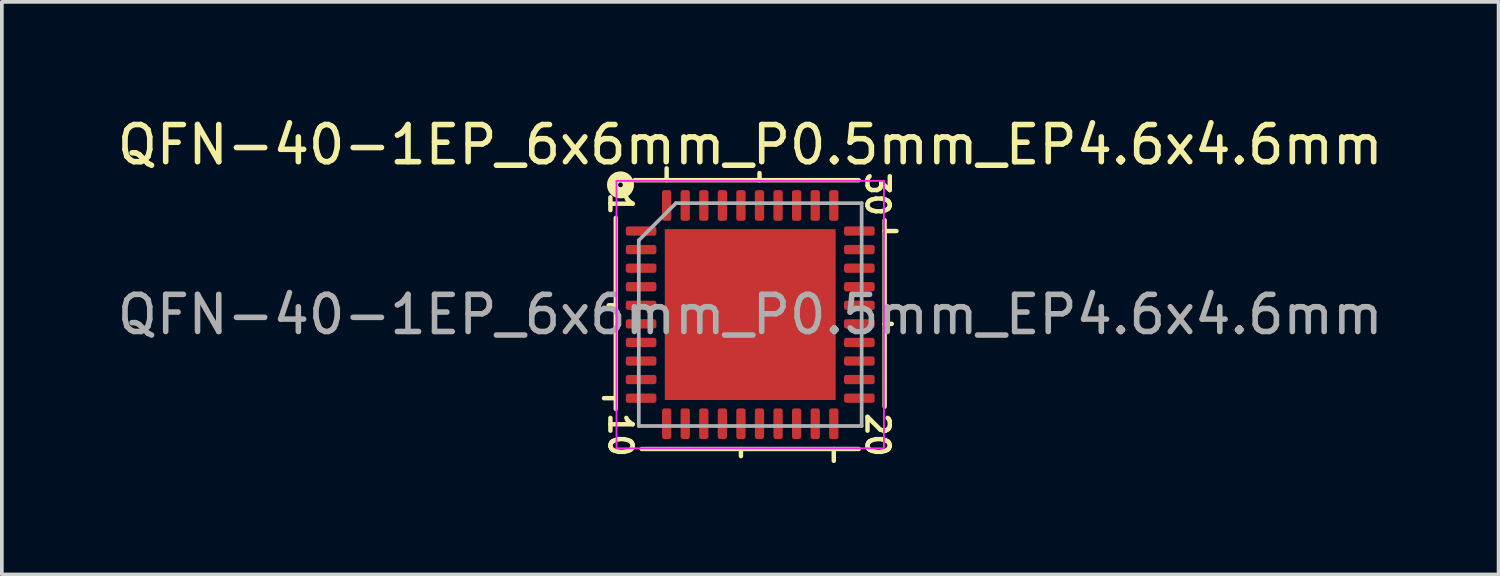
<source format=kicad_pcb>
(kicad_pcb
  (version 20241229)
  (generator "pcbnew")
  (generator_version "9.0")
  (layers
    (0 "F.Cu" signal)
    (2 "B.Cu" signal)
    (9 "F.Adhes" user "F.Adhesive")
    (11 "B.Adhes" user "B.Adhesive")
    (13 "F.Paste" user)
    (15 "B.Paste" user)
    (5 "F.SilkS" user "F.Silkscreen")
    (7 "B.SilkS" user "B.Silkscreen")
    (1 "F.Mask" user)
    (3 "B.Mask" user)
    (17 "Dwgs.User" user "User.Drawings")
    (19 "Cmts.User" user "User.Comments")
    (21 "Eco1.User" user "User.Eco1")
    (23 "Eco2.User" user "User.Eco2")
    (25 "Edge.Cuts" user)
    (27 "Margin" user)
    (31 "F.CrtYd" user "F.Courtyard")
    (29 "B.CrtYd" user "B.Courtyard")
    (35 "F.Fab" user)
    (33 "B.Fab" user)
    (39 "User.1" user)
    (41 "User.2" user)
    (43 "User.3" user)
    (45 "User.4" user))
  (footprint "QFN-40-1EP_6x6mm_P0.5mm_EP4.6x4.6mm"
    (layer "F.Cu")
    (at 17.149 5.42)
    (property "Reference" "QFN-40-1EP_6x6mm_P0.5mm_EP4.6x4.6mm" (at 0 -4.572 0) (layer "F.SilkS") (effects (font (size 1 1) (thickness 0.15))))
    (attr smd)
    (fp_line (start -3.937 2.25) (end -3.619 2.25) (stroke (width 0.12) (type solid)) (layer "F.SilkS"))
    (fp_line (start -3.619 -2.603) (end -3.619 2.54) (stroke (width 0.12) (type solid)) (layer "F.SilkS"))
    (fp_line (start -3.619 -0.25) (end -3.81 -0.25) (stroke (width 0.12) (type solid)) (layer "F.SilkS"))
    (fp_line (start -2.921 3.619) (end 2.921 3.619) (stroke (width 0.12) (type solid)) (layer "F.SilkS"))
    (fp_line (start -2.25 -3.619) (end -2.25 -3.937) (stroke (width 0.12) (type solid)) (layer "F.SilkS"))
    (fp_line (start -0.25 3.619) (end -0.25 3.81) (stroke (width 0.12) (type solid)) (layer "F.SilkS"))
    (fp_line (start 0.25 -3.619) (end 0.25 -3.81) (stroke (width 0.12) (type solid)) (layer "F.SilkS"))
    (fp_line (start 2.25 3.619) (end 2.25 3.937) (stroke (width 0.12) (type solid)) (layer "F.SilkS"))
    (fp_line (start 2.921 -3.619) (end -3.111 -3.619) (stroke (width 0.12) (type solid)) (layer "F.SilkS"))
    (fp_line (start 3.619 -2.25) (end 3.937 -2.25) (stroke (width 0.12) (type solid)) (layer "F.SilkS"))
    (fp_line (start 3.619 0.25) (end 3.81 0.25) (stroke (width 0.12) (type solid)) (layer "F.SilkS"))
    (fp_line (start 3.619 2.477) (end 3.619 -2.54) (stroke (width 0.12) (type solid)) (layer "F.SilkS"))
    (fp_circle (center -3.493 -3.493) (end -3.429 -3.493) (stroke (width 0.3) (type solid)) (fill no) (layer "F.SilkS"))
    (fp_line (start -3.6 -3.6) (end -3.6 3.6) (stroke (width 0.05) (type solid)) (layer "F.CrtYd"))
    (fp_line (start -3.6 3.6) (end 3.6 3.6) (stroke (width 0.05) (type solid)) (layer "F.CrtYd"))
    (fp_line (start 3.6 -3.6) (end -3.6 -3.6) (stroke (width 0.05) (type solid)) (layer "F.CrtYd"))
    (fp_line (start 3.6 3.6) (end 3.6 -3.6) (stroke (width 0.05) (type solid)) (layer "F.CrtYd"))
    (fp_line (start -3 -2) (end -2 -3) (stroke (width 0.1) (type solid)) (layer "F.Fab"))
    (fp_line (start -3 3) (end -3 -2) (stroke (width 0.1) (type solid)) (layer "F.Fab"))
    (fp_line (start -2 -3) (end 3 -3) (stroke (width 0.1) (type solid)) (layer "F.Fab"))
    (fp_line (start 3 -3) (end 3 3) (stroke (width 0.1) (type solid)) (layer "F.Fab"))
    (fp_line (start 3 3) (end -3 3) (stroke (width 0.1) (type solid)) (layer "F.Fab"))
    (fp_text user "10" (at -3.493 3.239 270) (unlocked yes) (layer "F.SilkS") (effects (font (size 0.6 0.6) (thickness 0.12))))
    (fp_text user "1" (at -3.493 -2.985 270) (unlocked yes) (layer "F.SilkS") (effects (font (size 0.6 0.6) (thickness 0.12))))
    (fp_text user "30" (at 3.429 -3.239 270) (unlocked yes) (layer "F.SilkS") (effects (font (size 0.6 0.6) (thickness 0.12))))
    (fp_text user "20" (at 3.429 3.239 270) (unlocked yes) (layer "F.SilkS") (effects (font (size 0.6 0.6) (thickness 0.12))))
    (fp_text user "${REFERENCE}" (at 0 0 0) (layer "F.Fab") (effects (font (size 1 1) (thickness 0.15))))
    (pad "" smd roundrect (at -1.725 -1.725) (size 0.93 0.93) (layers "F.Paste") (roundrect_rratio 0.25))
    (pad "" smd roundrect (at -1.725 -0.575) (size 0.93 0.93) (layers "F.Paste") (roundrect_rratio 0.25))
    (pad "" smd roundrect (at -1.725 0.575) (size 0.93 0.93) (layers "F.Paste") (roundrect_rratio 0.25))
    (pad "" smd roundrect (at -1.725 1.725) (size 0.93 0.93) (layers "F.Paste") (roundrect_rratio 0.25))
    (pad "" smd roundrect (at -0.575 -1.725) (size 0.93 0.93) (layers "F.Paste") (roundrect_rratio 0.25))
    (pad "" smd roundrect (at -0.575 -0.575) (size 0.93 0.93) (layers "F.Paste") (roundrect_rratio 0.25))
    (pad "" smd roundrect (at -0.575 0.575) (size 0.93 0.93) (layers "F.Paste") (roundrect_rratio 0.25))
    (pad "" smd roundrect (at -0.575 1.725) (size 0.93 0.93) (layers "F.Paste") (roundrect_rratio 0.25))
    (pad "" smd roundrect (at 0.575 -1.725) (size 0.93 0.93) (layers "F.Paste") (roundrect_rratio 0.25))
    (pad "" smd roundrect (at 0.575 -0.575) (size 0.93 0.93) (layers "F.Paste") (roundrect_rratio 0.25))
    (pad "" smd roundrect (at 0.575 0.575) (size 0.93 0.93) (layers "F.Paste") (roundrect_rratio 0.25))
    (pad "" smd roundrect (at 0.575 1.725) (size 0.93 0.93) (layers "F.Paste") (roundrect_rratio 0.25))
    (pad "" smd roundrect (at 1.725 -1.725) (size 0.93 0.93) (layers "F.Paste") (roundrect_rratio 0.25))
    (pad "" smd roundrect (at 1.725 -0.575) (size 0.93 0.93) (layers "F.Paste") (roundrect_rratio 0.25))
    (pad "" smd roundrect (at 1.725 0.575) (size 0.93 0.93) (layers "F.Paste") (roundrect_rratio 0.25))
    (pad "" smd roundrect (at 1.725 1.725) (size 0.93 0.93) (layers "F.Paste") (roundrect_rratio 0.25))
    (pad "1" smd roundrect (at -2.938 -2.25) (size 0.825 0.25) (layers "F.Cu" "F.Mask" "F.Paste") (roundrect_rratio 0.25))
    (pad "2" smd roundrect (at -2.938 -1.75) (size 0.825 0.25) (layers "F.Cu" "F.Mask" "F.Paste") (roundrect_rratio 0.25))
    (pad "3" smd roundrect (at -2.938 -1.25) (size 0.825 0.25) (layers "F.Cu" "F.Mask" "F.Paste") (roundrect_rratio 0.25))
    (pad "4" smd roundrect (at -2.938 -0.75) (size 0.825 0.25) (layers "F.Cu" "F.Mask" "F.Paste") (roundrect_rratio 0.25))
    (pad "5" smd roundrect (at -2.938 -0.25) (size 0.825 0.25) (layers "F.Cu" "F.Mask" "F.Paste") (roundrect_rratio 0.25))
    (pad "6" smd roundrect (at -2.938 0.25) (size 0.825 0.25) (layers "F.Cu" "F.Mask" "F.Paste") (roundrect_rratio 0.25))
    (pad "7" smd roundrect (at -2.938 0.75) (size 0.825 0.25) (layers "F.Cu" "F.Mask" "F.Paste") (roundrect_rratio 0.25))
    (pad "8" smd roundrect (at -2.938 1.25) (size 0.825 0.25) (layers "F.Cu" "F.Mask" "F.Paste") (roundrect_rratio 0.25))
    (pad "9" smd roundrect (at -2.938 1.75) (size 0.825 0.25) (layers "F.Cu" "F.Mask" "F.Paste") (roundrect_rratio 0.25))
    (pad "10" smd roundrect (at -2.938 2.25) (size 0.825 0.25) (layers "F.Cu" "F.Mask" "F.Paste") (roundrect_rratio 0.25))
    (pad "11" smd roundrect (at -2.25 2.938) (size 0.25 0.825) (layers "F.Cu" "F.Mask" "F.Paste") (roundrect_rratio 0.25))
    (pad "12" smd roundrect (at -1.75 2.938) (size 0.25 0.825) (layers "F.Cu" "F.Mask" "F.Paste") (roundrect_rratio 0.25))
    (pad "13" smd roundrect (at -1.25 2.938) (size 0.25 0.825) (layers "F.Cu" "F.Mask" "F.Paste") (roundrect_rratio 0.25))
    (pad "14" smd roundrect (at -0.75 2.938) (size 0.25 0.825) (layers "F.Cu" "F.Mask" "F.Paste") (roundrect_rratio 0.25))
    (pad "15" smd roundrect (at -0.25 2.938) (size 0.25 0.825) (layers "F.Cu" "F.Mask" "F.Paste") (roundrect_rratio 0.25))
    (pad "16" smd roundrect (at 0.25 2.938) (size 0.25 0.825) (layers "F.Cu" "F.Mask" "F.Paste") (roundrect_rratio 0.25))
    (pad "17" smd roundrect (at 0.75 2.938) (size 0.25 0.825) (layers "F.Cu" "F.Mask" "F.Paste") (roundrect_rratio 0.25))
    (pad "18" smd roundrect (at 1.25 2.938) (size 0.25 0.825) (layers "F.Cu" "F.Mask" "F.Paste") (roundrect_rratio 0.25))
    (pad "19" smd roundrect (at 1.75 2.938) (size 0.25 0.825) (layers "F.Cu" "F.Mask" "F.Paste") (roundrect_rratio 0.25))
    (pad "20" smd roundrect (at 2.25 2.938) (size 0.25 0.825) (layers "F.Cu" "F.Mask" "F.Paste") (roundrect_rratio 0.25))
    (pad "21" smd roundrect (at 2.938 2.25) (size 0.825 0.25) (layers "F.Cu" "F.Mask" "F.Paste") (roundrect_rratio 0.25))
    (pad "22" smd roundrect (at 2.938 1.75) (size 0.825 0.25) (layers "F.Cu" "F.Mask" "F.Paste") (roundrect_rratio 0.25))
    (pad "23" smd roundrect (at 2.938 1.25) (size 0.825 0.25) (layers "F.Cu" "F.Mask" "F.Paste") (roundrect_rratio 0.25))
    (pad "24" smd roundrect (at 2.938 0.75) (size 0.825 0.25) (layers "F.Cu" "F.Mask" "F.Paste") (roundrect_rratio 0.25))
    (pad "25" smd roundrect (at 2.938 0.25) (size 0.825 0.25) (layers "F.Cu" "F.Mask" "F.Paste") (roundrect_rratio 0.25))
    (pad "26" smd roundrect (at 2.938 -0.25) (size 0.825 0.25) (layers "F.Cu" "F.Mask" "F.Paste") (roundrect_rratio 0.25))
    (pad "27" smd roundrect (at 2.938 -0.75) (size 0.825 0.25) (layers "F.Cu" "F.Mask" "F.Paste") (roundrect_rratio 0.25))
    (pad "28" smd roundrect (at 2.938 -1.25) (size 0.825 0.25) (layers "F.Cu" "F.Mask" "F.Paste") (roundrect_rratio 0.25))
    (pad "29" smd roundrect (at 2.938 -1.75) (size 0.825 0.25) (layers "F.Cu" "F.Mask" "F.Paste") (roundrect_rratio 0.25))
    (pad "30" smd roundrect (at 2.938 -2.25) (size 0.825 0.25) (layers "F.Cu" "F.Mask" "F.Paste") (roundrect_rratio 0.25))
    (pad "31" smd roundrect (at 2.25 -2.938) (size 0.25 0.825) (layers "F.Cu" "F.Mask" "F.Paste") (roundrect_rratio 0.25))
    (pad "32" smd roundrect (at 1.75 -2.938) (size 0.25 0.825) (layers "F.Cu" "F.Mask" "F.Paste") (roundrect_rratio 0.25))
    (pad "33" smd roundrect (at 1.25 -2.938) (size 0.25 0.825) (layers "F.Cu" "F.Mask" "F.Paste") (roundrect_rratio 0.25))
    (pad "34" smd roundrect (at 0.75 -2.938) (size 0.25 0.825) (layers "F.Cu" "F.Mask" "F.Paste") (roundrect_rratio 0.25))
    (pad "35" smd roundrect (at 0.25 -2.938) (size 0.25 0.825) (layers "F.Cu" "F.Mask" "F.Paste") (roundrect_rratio 0.25))
    (pad "36" smd roundrect (at -0.25 -2.938) (size 0.25 0.825) (layers "F.Cu" "F.Mask" "F.Paste") (roundrect_rratio 0.25))
    (pad "37" smd roundrect (at -0.75 -2.938) (size 0.25 0.825) (layers "F.Cu" "F.Mask" "F.Paste") (roundrect_rratio 0.25))
    (pad "38" smd roundrect (at -1.25 -2.938) (size 0.25 0.825) (layers "F.Cu" "F.Mask" "F.Paste") (roundrect_rratio 0.25))
    (pad "39" smd roundrect (at -1.75 -2.938) (size 0.25 0.825) (layers "F.Cu" "F.Mask" "F.Paste") (roundrect_rratio 0.25))
    (pad "40" smd roundrect (at -2.25 -2.938) (size 0.25 0.825) (layers "F.Cu" "F.Mask" "F.Paste") (roundrect_rratio 0.25))
    (pad "41" smd rect (at 0 0) (size 4.6 4.6) (layers "F.Cu" "F.Mask")))
  (gr_rect
    (start -3 -3)
    (end 37.298 12.417)
    (stroke (width 0.1) (type default))
    (fill no)
    (layer "Edge.Cuts")))
</source>
